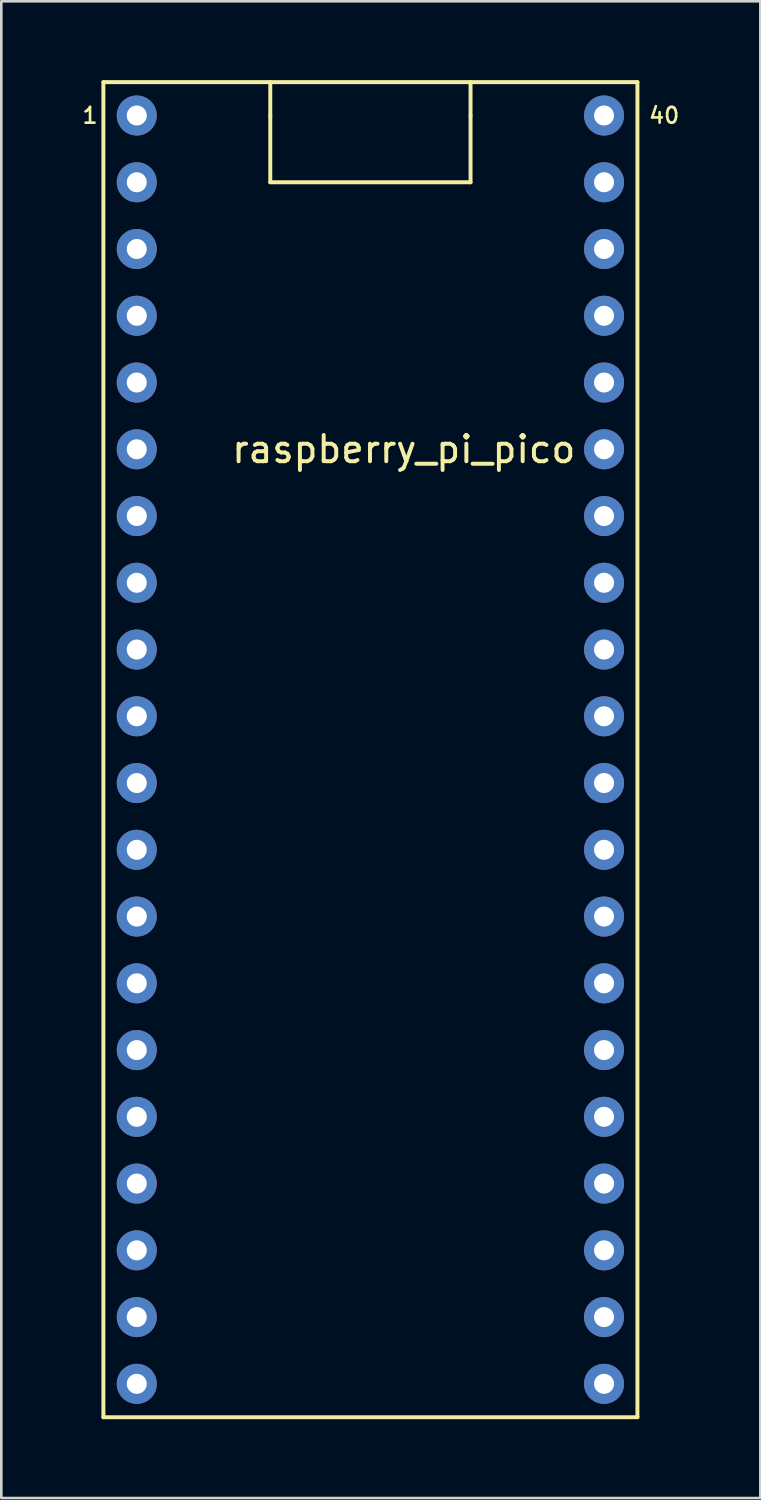
<source format=kicad_pcb>
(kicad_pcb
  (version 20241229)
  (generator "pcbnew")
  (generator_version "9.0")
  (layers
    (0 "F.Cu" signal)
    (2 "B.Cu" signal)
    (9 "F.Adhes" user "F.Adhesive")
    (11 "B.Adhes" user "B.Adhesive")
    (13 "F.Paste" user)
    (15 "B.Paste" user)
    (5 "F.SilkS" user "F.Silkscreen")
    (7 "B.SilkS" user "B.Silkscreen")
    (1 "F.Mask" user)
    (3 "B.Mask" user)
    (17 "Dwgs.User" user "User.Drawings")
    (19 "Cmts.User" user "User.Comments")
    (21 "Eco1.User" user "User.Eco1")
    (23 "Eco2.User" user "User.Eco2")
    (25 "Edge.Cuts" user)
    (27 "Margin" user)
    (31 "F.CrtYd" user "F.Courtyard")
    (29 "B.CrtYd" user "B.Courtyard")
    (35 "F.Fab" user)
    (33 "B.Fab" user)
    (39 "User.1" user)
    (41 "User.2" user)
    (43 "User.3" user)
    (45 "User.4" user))
  (footprint "raspberry_pi_pico"
    (layer "F.Cu")
    (at 2.154 1.345)
    (property "Reference" "raspberry_pi_pico" (at 10.16 12.7 0) (layer "F.SilkS") (effects (font (size 1 1) (thickness 0.15))))
    (attr through_hole)
    (fp_line (start -1.27 -1.27) (end 19.05 -1.27) (stroke (width 0.15) (type solid)) (layer "F.SilkS"))
    (fp_line (start -1.27 49.53) (end -1.27 -1.27) (stroke (width 0.15) (type solid)) (layer "F.SilkS"))
    (fp_line (start 5.08 0) (end 5.08 -1.27) (stroke (width 0.15) (type solid)) (layer "F.SilkS"))
    (fp_line (start 5.08 0) (end 5.08 2.54) (stroke (width 0.15) (type solid)) (layer "F.SilkS"))
    (fp_line (start 5.08 2.54) (end 12.7 2.54) (stroke (width 0.15) (type solid)) (layer "F.SilkS"))
    (fp_line (start 12.7 0) (end 12.7 -1.27) (stroke (width 0.15) (type solid)) (layer "F.SilkS"))
    (fp_line (start 12.7 2.54) (end 12.7 0) (stroke (width 0.15) (type solid)) (layer "F.SilkS"))
    (fp_line (start 19.05 -1.27) (end 19.05 49.53) (stroke (width 0.15) (type solid)) (layer "F.SilkS"))
    (fp_line (start 19.05 49.53) (end -1.27 49.53) (stroke (width 0.15) (type solid)) (layer "F.SilkS"))
    (fp_text user "1" (at -1.778 0 0) (layer "F.SilkS") (effects (font (size 0.6 0.6) (thickness 0.1))))
    (fp_text user "40" (at 20.066 0 0) (layer "F.SilkS") (effects (font (size 0.6 0.6) (thickness 0.1))))
    (pad "1" thru_hole circle (at 0 0) (size 1.524 1.524) (drill 0.762) (layers "*.Cu" "*.Mask"))
    (pad "2" thru_hole circle (at 0 2.54) (size 1.524 1.524) (drill 0.762) (layers "*.Cu" "*.Mask"))
    (pad "3" thru_hole circle (at 0 5.08) (size 1.524 1.524) (drill 0.762) (layers "*.Cu" "*.Mask"))
    (pad "4" thru_hole circle (at 0 7.62) (size 1.524 1.524) (drill 0.762) (layers "*.Cu" "*.Mask"))
    (pad "5" thru_hole circle (at 0 10.16) (size 1.524 1.524) (drill 0.762) (layers "*.Cu" "*.Mask"))
    (pad "6" thru_hole circle (at 0 12.7) (size 1.524 1.524) (drill 0.762) (layers "*.Cu" "*.Mask"))
    (pad "7" thru_hole circle (at 0 15.24) (size 1.524 1.524) (drill 0.762) (layers "*.Cu" "*.Mask"))
    (pad "8" thru_hole circle (at 0 17.78) (size 1.524 1.524) (drill 0.762) (layers "*.Cu" "*.Mask"))
    (pad "9" thru_hole circle (at 0 20.32) (size 1.524 1.524) (drill 0.762) (layers "*.Cu" "*.Mask"))
    (pad "10" thru_hole circle (at 0 22.86) (size 1.524 1.524) (drill 0.762) (layers "*.Cu" "*.Mask"))
    (pad "11" thru_hole circle (at 0 25.4) (size 1.524 1.524) (drill 0.762) (layers "*.Cu" "*.Mask"))
    (pad "12" thru_hole circle (at 0 27.94) (size 1.524 1.524) (drill 0.762) (layers "*.Cu" "*.Mask"))
    (pad "13" thru_hole circle (at 0 30.48) (size 1.524 1.524) (drill 0.762) (layers "*.Cu" "*.Mask"))
    (pad "14" thru_hole circle (at 0 33.02) (size 1.524 1.524) (drill 0.762) (layers "*.Cu" "*.Mask"))
    (pad "15" thru_hole circle (at 0 35.56) (size 1.524 1.524) (drill 0.762) (layers "*.Cu" "*.Mask"))
    (pad "16" thru_hole circle (at 0 38.1) (size 1.524 1.524) (drill 0.762) (layers "*.Cu" "*.Mask"))
    (pad "17" thru_hole circle (at 0 40.64) (size 1.524 1.524) (drill 0.762) (layers "*.Cu" "*.Mask"))
    (pad "18" thru_hole circle (at 0 43.18) (size 1.524 1.524) (drill 0.762) (layers "*.Cu" "*.Mask"))
    (pad "19" thru_hole circle (at 0 45.72) (size 1.524 1.524) (drill 0.762) (layers "*.Cu" "*.Mask"))
    (pad "20" thru_hole circle (at 0 48.26) (size 1.524 1.524) (drill 0.762) (layers "*.Cu" "*.Mask"))
    (pad "21" thru_hole circle (at 17.78 48.26) (size 1.524 1.524) (drill 0.762) (layers "*.Cu" "*.Mask"))
    (pad "22" thru_hole circle (at 17.78 45.72) (size 1.524 1.524) (drill 0.762) (layers "*.Cu" "*.Mask"))
    (pad "23" thru_hole circle (at 17.78 43.18) (size 1.524 1.524) (drill 0.762) (layers "*.Cu" "*.Mask"))
    (pad "24" thru_hole circle (at 17.78 40.64) (size 1.524 1.524) (drill 0.762) (layers "*.Cu" "*.Mask"))
    (pad "25" thru_hole circle (at 17.78 38.1) (size 1.524 1.524) (drill 0.762) (layers "*.Cu" "*.Mask"))
    (pad "26" thru_hole circle (at 17.78 35.56) (size 1.524 1.524) (drill 0.762) (layers "*.Cu" "*.Mask"))
    (pad "27" thru_hole circle (at 17.78 33.02) (size 1.524 1.524) (drill 0.762) (layers "*.Cu" "*.Mask"))
    (pad "28" thru_hole circle (at 17.78 30.48) (size 1.524 1.524) (drill 0.762) (layers "*.Cu" "*.Mask"))
    (pad "29" thru_hole circle (at 17.78 27.94) (size 1.524 1.524) (drill 0.762) (layers "*.Cu" "*.Mask"))
    (pad "30" thru_hole circle (at 17.78 25.4) (size 1.524 1.524) (drill 0.762) (layers "*.Cu" "*.Mask"))
    (pad "31" thru_hole circle (at 17.78 22.86) (size 1.524 1.524) (drill 0.762) (layers "*.Cu" "*.Mask"))
    (pad "32" thru_hole circle (at 17.78 20.32) (size 1.524 1.524) (drill 0.762) (layers "*.Cu" "*.Mask"))
    (pad "33" thru_hole circle (at 17.78 17.78) (size 1.524 1.524) (drill 0.762) (layers "*.Cu" "*.Mask"))
    (pad "34" thru_hole circle (at 17.78 15.24) (size 1.524 1.524) (drill 0.762) (layers "*.Cu" "*.Mask"))
    (pad "35" thru_hole circle (at 17.78 12.7) (size 1.524 1.524) (drill 0.762) (layers "*.Cu" "*.Mask"))
    (pad "36" thru_hole circle (at 17.78 10.16) (size 1.524 1.524) (drill 0.762) (layers "*.Cu" "*.Mask"))
    (pad "37" thru_hole circle (at 17.78 7.62) (size 1.524 1.524) (drill 0.762) (layers "*.Cu" "*.Mask"))
    (pad "38" thru_hole circle (at 17.78 5.08) (size 1.524 1.524) (drill 0.762) (layers "*.Cu" "*.Mask"))
    (pad "39" thru_hole circle (at 17.78 2.54) (size 1.524 1.524) (drill 0.762) (layers "*.Cu" "*.Mask"))
    (pad "40" thru_hole circle (at 17.78 0) (size 1.524 1.524) (drill 0.762) (layers "*.Cu" "*.Mask")))
  (gr_rect
    (start -3 -3)
    (end 25.881 53.95)
    (stroke (width 0.1) (type default))
    (fill no)
    (layer "Edge.Cuts")))
</source>
